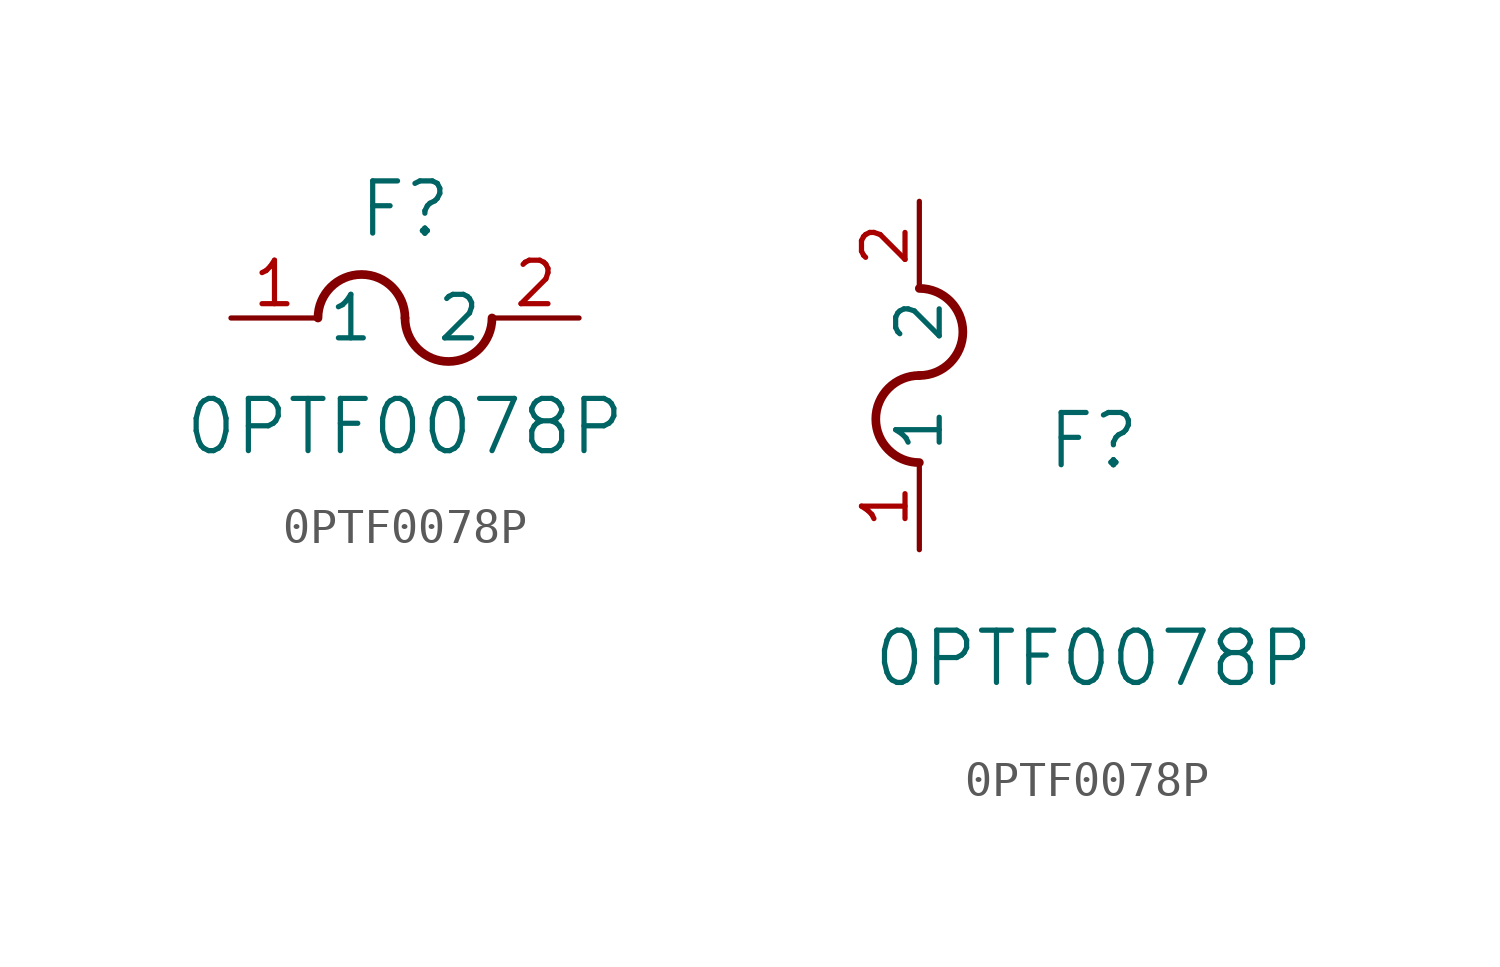
<source format=kicad_sym>
(kicad_symbol_lib
  (version 20211014)
  (generator kicad_symbol_editor)
  (symbol "0PTF0078P"
    (pin_names
      (offset 0.254))
    (property "Reference" "F"
      (at 5.08 3.175 0)
      (effects (font (size 1.524 1.524))))
    (property "Value" "0PTF0078P"
      (at 5.08 -3.175 0)
      (effects (font (size 1.524 1.524))))
    (symbol "0PTF0078P_1_1"
      (arc (start 5.08 0) (mid 3.81 1.27) (end 2.54 0) (stroke (width 0.254) (type default) (color 0 0 0 0)) (fill (type none)))
      (arc (start 5.08 0) (mid 6.35 -1.27) (end 7.62 0) (stroke (width 0.254) (type default) (color 0 0 0 0)) (fill (type none)))
      (pin unspecified line (at 0 0 0) (length 2.54) (name "1" (effects (font (size 1.27 1.27)))) (number "1" (effects (font (size 1.27 1.27)))))
      (pin unspecified line (at 10.16 0 180) (length 2.54) (name "2" (effects (font (size 1.27 1.27)))) (number "2" (effects (font (size 1.27 1.27))))))
    (symbol "0PTF0078P_1_2"
      (arc (start 0 5.08) (mid -1.27 3.81) (end 0 2.54) (stroke (width 0.254) (type default) (color 0 0 0 0)) (fill (type none)))
      (arc (start 0 5.08) (mid 1.27 6.35) (end 0 7.62) (stroke (width 0.254) (type default) (color 0 0 0 0)) (fill (type none)))
      (pin unspecified line (at 0 0 90) (length 2.54) (name "1" (effects (font (size 1.27 1.27)))) (number "1" (effects (font (size 1.27 1.27)))))
      (pin unspecified line (at 0 10.16 270) (length 2.54) (name "2" (effects (font (size 1.27 1.27)))) (number "2" (effects (font (size 1.27 1.27))))))))
</source>
